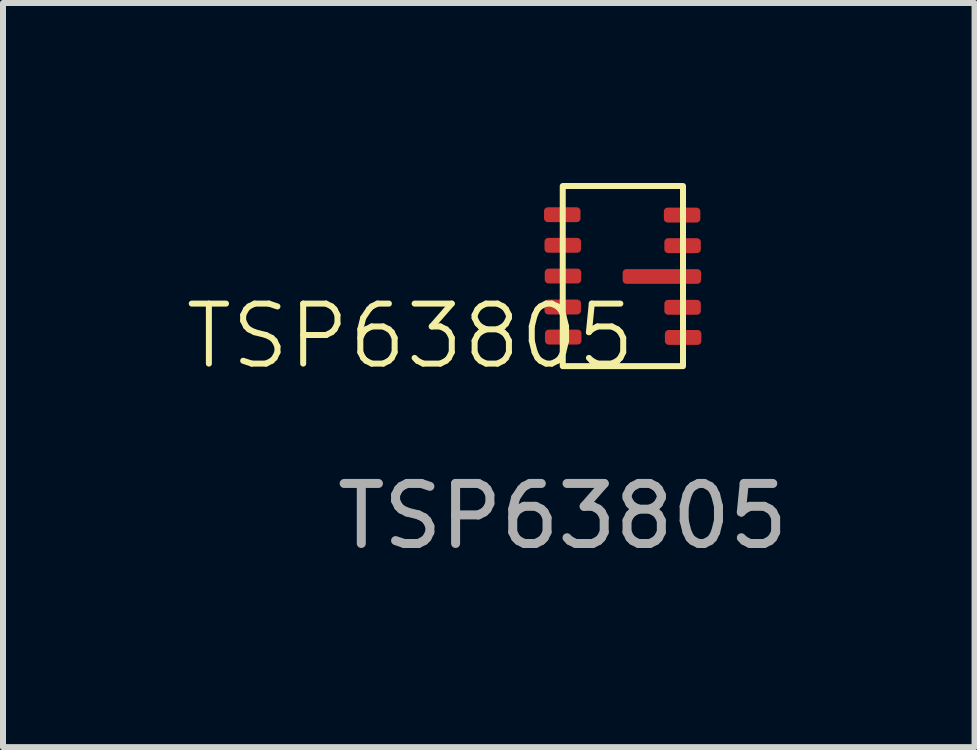
<source format=kicad_pcb>
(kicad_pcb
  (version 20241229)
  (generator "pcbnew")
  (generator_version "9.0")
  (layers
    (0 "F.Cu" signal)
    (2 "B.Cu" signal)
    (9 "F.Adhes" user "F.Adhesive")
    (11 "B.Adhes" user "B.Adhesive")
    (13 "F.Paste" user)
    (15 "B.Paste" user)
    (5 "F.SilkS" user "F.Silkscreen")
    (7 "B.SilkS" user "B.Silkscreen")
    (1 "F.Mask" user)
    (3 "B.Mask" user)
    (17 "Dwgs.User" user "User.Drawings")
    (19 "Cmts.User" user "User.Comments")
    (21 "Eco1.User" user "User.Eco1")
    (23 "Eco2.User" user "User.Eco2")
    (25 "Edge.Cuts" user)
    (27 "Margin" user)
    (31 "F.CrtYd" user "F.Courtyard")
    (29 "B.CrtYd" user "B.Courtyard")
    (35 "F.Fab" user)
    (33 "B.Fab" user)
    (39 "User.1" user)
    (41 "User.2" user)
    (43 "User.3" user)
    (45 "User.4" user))
  (footprint "TSP63805"
    (layer "F.Cu")
    (at 6.328 3.052)
    (property "Reference" "TSP63805" (at -2.54 -0.5 0) (unlocked yes) (layer "F.SilkS") (effects (font (size 1 1) (thickness 0.1))))
    (attr smd)
    (fp_rect (start 0 0) (end 2.004 -3.002) (stroke (width 0.1) (type default)) (fill no) (layer "F.SilkS"))
    (fp_text user "${REFERENCE}" (at 0 2.5 0) (unlocked yes) (layer "F.Fab") (effects (font (size 1 1) (thickness 0.15))))
    (pad "1" smd roundrect (at 0.008 -0.485) (size 0.608 0.248) (layers "F.Cu" "F.Mask" "F.Paste") (roundrect_rratio 0.25))
    (pad "2" smd roundrect (at 0 -0.986) (size 0.608 0.248) (layers "F.Cu" "F.Mask" "F.Paste") (roundrect_rratio 0.25))
    (pad "3" smd roundrect (at 0.004 -1.502) (size 0.608 0.248) (layers "F.Cu" "F.Mask" "F.Paste") (roundrect_rratio 0.25))
    (pad "4" smd roundrect (at 0 -2.014) (size 0.608 0.248) (layers "F.Cu" "F.Mask" "F.Paste") (roundrect_rratio 0.25))
    (pad "5" smd roundrect (at -0.008 -2.524) (size 0.608 0.248) (layers "F.Cu" "F.Mask" "F.Paste") (roundrect_rratio 0.25))
    (pad "6" smd roundrect (at 1.989 -2.518) (size 0.608 0.248) (layers "F.Cu" "F.Mask" "F.Paste") (roundrect_rratio 0.25))
    (pad "7" smd roundrect (at 1.997 -2.008) (size 0.608 0.248) (layers "F.Cu" "F.Mask" "F.Paste") (roundrect_rratio 0.25))
    (pad "8" smd roundrect (at 1.652 -1.495) (size 1.307 0.245) (layers "F.Cu" "F.Mask" "F.Paste") (roundrect_rratio 0.25))
    (pad "9" smd roundrect (at 1.997 -0.981) (size 0.608 0.248) (layers "F.Cu" "F.Mask" "F.Paste") (roundrect_rratio 0.25))
    (pad "10" smd roundrect (at 2.006 -0.479) (size 0.608 0.248) (layers "F.Cu" "F.Mask" "F.Paste") (roundrect_rratio 0.25)))
  (gr_rect
    (start -3 -3)
    (end 13.191 9.401)
    (stroke (width 0.1) (type default))
    (fill no)
    (layer "Edge.Cuts")))
</source>
